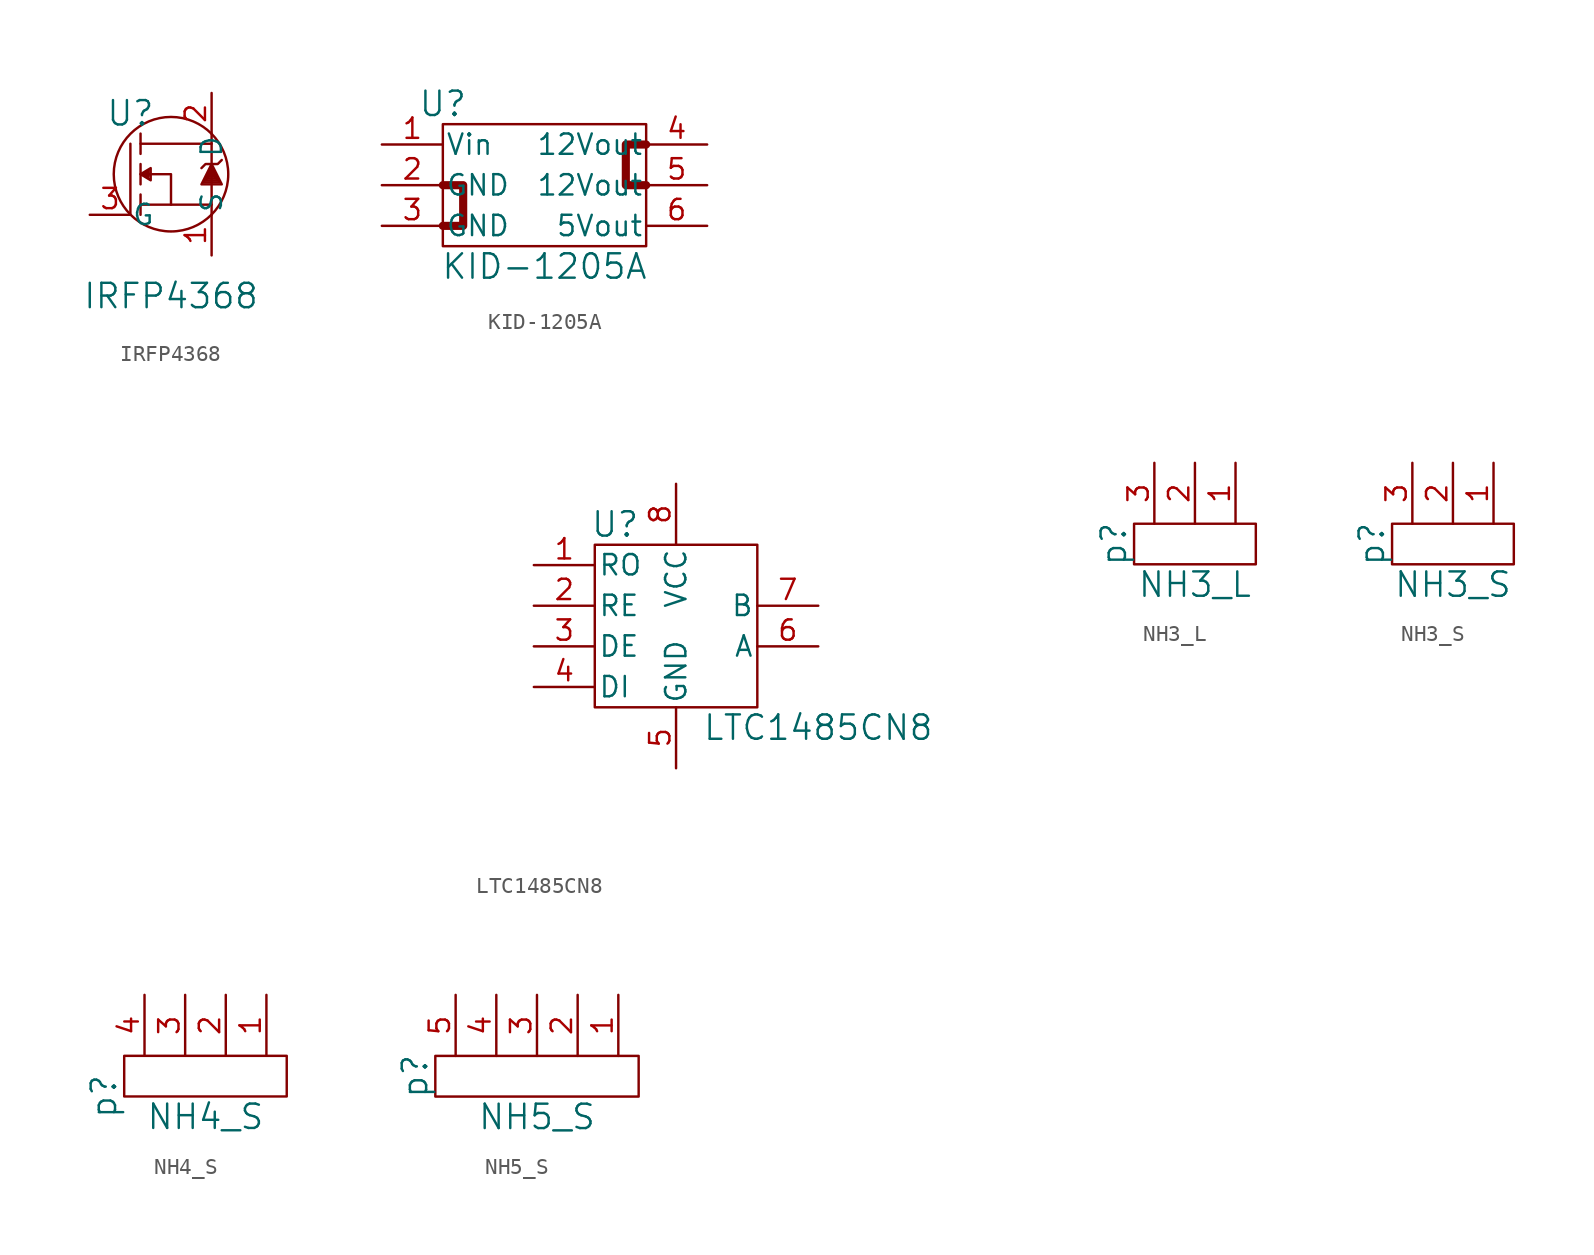
<source format=kicad_sym>
(kicad_symbol_lib
  (version 20211014)
  (generator kicad_symbol_editor)
  (symbol "IRFP4368"
    (pin_names
      (offset 0.076))
    (property "Reference" "U"
      (at -2.54 3.81 0)
      (effects (font (size 1.524 1.524))))
    (property "Value" "IRFP4368"
      (at 0 -7.62 0)
      (effects (font (size 1.524 1.524))))
    (property "Footprint" ""
      (at 0 0 0)
      (effects (font (size 1.524 1.524))))
    (property "Datasheet" ""
      (at 0 0 0)
      (effects (font (size 1.524 1.524))))
    (symbol "IRFP4368_0_1"
      (polyline (pts (xy -2.54 -2.54) (xy -2.54 1.905)) (stroke (width 0) (type default) (color 0 0 0 0)) (fill (type none)))
      (polyline (pts (xy -1.905 -1.905) (xy 2.54 -1.905)) (stroke (width 0) (type default) (color 0 0 0 0)) (fill (type none)))
      (polyline (pts (xy -1.905 -1.27) (xy -1.905 -2.54)) (stroke (width 0) (type default) (color 0 0 0 0)) (fill (type none)))
      (polyline (pts (xy -1.905 0.635) (xy -1.905 -0.635)) (stroke (width 0) (type default) (color 0 0 0 0)) (fill (type none)))
      (polyline (pts (xy -1.905 1.905) (xy 2.54 1.905)) (stroke (width 0) (type default) (color 0 0 0 0)) (fill (type none)))
      (polyline (pts (xy -1.905 2.54) (xy -1.905 1.27)) (stroke (width 0) (type default) (color 0 0 0 0)) (fill (type none)))
      (polyline (pts (xy 2.54 -2.54) (xy 2.54 2.54)) (stroke (width 0) (type default) (color 0 0 0 0)) (fill (type none)))
      (polyline (pts (xy -1.905 0) (xy 0 0) (xy 0 -1.905)) (stroke (width 0) (type default) (color 0 0 0 0)) (fill (type none)))
      (polyline (pts (xy 2.54 0.635) (xy 2.159 0.635) (xy 1.905 0.381)) (stroke (width 0) (type default) (color 0 0 0 0)) (fill (type none)))
      (polyline (pts (xy 2.54 0.635) (xy 2.921 0.635) (xy 3.175 0.889)) (stroke (width 0) (type default) (color 0 0 0 0)) (fill (type none)))
      (polyline (pts (xy -1.905 0) (xy -1.27 -0.381) (xy -1.27 0.381) (xy -1.905 0)) (stroke (width 0) (type default) (color 0 0 0 0)) (fill (type none)))
      (polyline (pts (xy 1.905 -0.635) (xy 2.54 0.635) (xy 3.175 -0.635) (xy 1.905 -0.635)) (stroke (width 0) (type default) (color 0 0 0 0)) (fill (type none)))
      (polyline (pts (xy 2.54 0) (xy 2.413 -0.127) (xy 2.667 -0.127) (xy 2.54 0)) (stroke (width 0) (type default) (color 0 0 0 0)) (fill (type none)))
      (polyline (pts (xy 2.54 0.254) (xy 2.286 -0.254) (xy 2.794 -0.254) (xy 2.54 0.254)) (stroke (width 0) (type default) (color 0 0 0 0)) (fill (type none)))
      (polyline (pts (xy 2.54 0.381) (xy 2.159 -0.381) (xy 2.921 -0.381) (xy 2.54 0.381)) (stroke (width 0) (type default) (color 0 0 0 0)) (fill (type none)))
      (polyline (pts (xy 2.54 0.508) (xy 2.032 -0.508) (xy 3.048 -0.508) (xy 2.54 0.508)) (stroke (width 0) (type default) (color 0 0 0 0)) (fill (type none)))
      (polyline (pts (xy -1.397 -0.254) (xy -1.778 0) (xy -1.397 0.254) (xy -1.397 -0.127) (xy -1.651 0) (xy -1.397 0.127)) (stroke (width 0) (type default) (color 0 0 0 0)) (fill (type none)))
      (circle (center 0 0) (radius 3.581) (stroke (width 0) (type default) (color 0 0 0 0)) (fill (type none))))
    (symbol "IRFP4368_1_1"
      (pin input line (at 2.54 -5.08 90) (length 2.54) (name "S" (effects (font (size 1.27 1.27)))) (number "1" (effects (font (size 1.27 1.27)))))
      (pin input line (at 2.54 5.08 270) (length 2.54) (name "D" (effects (font (size 1.27 1.27)))) (number "2" (effects (font (size 1.27 1.27)))))
      (pin input line (at -5.08 -2.54 0) (length 2.54) (name "G" (effects (font (size 1.27 1.27)))) (number "3" (effects (font (size 1.27 1.27)))))))
  (symbol "KID-1205A"
    (pin_names
      (offset 0.152))
    (property "Reference" "U"
      (at -6.35 5.08 0)
      (effects (font (size 1.524 1.524))))
    (property "Value" "KID-1205A"
      (at 0 -5.08 0)
      (effects (font (size 1.524 1.524))))
    (property "Footprint" ""
      (at -6.35 5.08 0)
      (effects (font (size 1.524 1.524))))
    (property "Datasheet" ""
      (at -6.35 5.08 0)
      (effects (font (size 1.524 1.524))))
    (symbol "KID-1205A_0_1"
      (rectangle (start -6.35 3.81) (end 6.35 -3.81) (stroke (width 0) (type default) (color 0 0 0 0)) (fill (type none)))
      (polyline (pts (xy -6.35 0) (xy -5.08 0) (xy -5.08 -2.54) (xy -6.35 -2.54)) (stroke (width 0.508) (type default) (color 0 0 0 0)) (fill (type none)))
      (polyline (pts (xy 6.35 2.54) (xy 5.08 2.54) (xy 5.08 0) (xy 6.35 0)) (stroke (width 0.508) (type default) (color 0 0 0 0)) (fill (type none))))
    (symbol "KID-1205A_1_1"
      (pin power_in line (at -10.16 2.54 0) (length 3.81) (name "Vin" (effects (font (size 1.27 1.27)))) (number "1" (effects (font (size 1.27 1.27)))))
      (pin power_in line (at -10.16 0 0) (length 3.81) (name "GND" (effects (font (size 1.27 1.27)))) (number "2" (effects (font (size 1.27 1.27)))))
      (pin power_in line (at -10.16 -2.54 0) (length 3.81) (name "GND" (effects (font (size 1.27 1.27)))) (number "3" (effects (font (size 1.27 1.27)))))
      (pin power_out line (at 10.16 2.54 180) (length 3.81) (name "12Vout" (effects (font (size 1.27 1.27)))) (number "4" (effects (font (size 1.27 1.27)))))
      (pin power_out line (at 10.16 0 180) (length 3.81) (name "12Vout" (effects (font (size 1.27 1.27)))) (number "5" (effects (font (size 1.27 1.27)))))
      (pin power_out line (at 10.16 -2.54 180) (length 3.81) (name "5Vout" (effects (font (size 1.27 1.27)))) (number "6" (effects (font (size 1.27 1.27)))))))
  (symbol "LTC1485CN8"
    (pin_names
      (offset 0.203))
    (property "Reference" "U"
      (at -3.81 6.35 0)
      (effects (font (size 1.524 1.524))))
    (property "Value" "LTC1485CN8"
      (at 8.89 -6.35 0)
      (effects (font (size 1.524 1.524))))
    (property "Footprint" ""
      (at -33.02 -12.7 0)
      (effects (font (size 1.524 1.524))))
    (property "Datasheet" ""
      (at -33.02 -12.7 0)
      (effects (font (size 1.524 1.524))))
    (symbol "LTC1485CN8_0_1"
      (rectangle (start -5.08 5.08) (end 5.08 -5.08) (stroke (width 0) (type default) (color 0 0 0 0)) (fill (type none))))
    (symbol "LTC1485CN8_1_1"
      (pin passive line (at -8.89 3.81 0) (length 3.81) (name "RO" (effects (font (size 1.27 1.27)))) (number "1" (effects (font (size 1.27 1.27)))))
      (pin passive line (at -8.89 1.27 0) (length 3.81) (name "RE" (effects (font (size 1.27 1.27)))) (number "2" (effects (font (size 1.27 1.27)))))
      (pin passive line (at -8.89 -1.27 0) (length 3.81) (name "DE" (effects (font (size 1.27 1.27)))) (number "3" (effects (font (size 1.27 1.27)))))
      (pin passive line (at -8.89 -3.81 0) (length 3.81) (name "DI" (effects (font (size 1.27 1.27)))) (number "4" (effects (font (size 1.27 1.27)))))
      (pin power_in line (at 0 -8.89 90) (length 3.81) (name "GND" (effects (font (size 1.27 1.27)))) (number "5" (effects (font (size 1.27 1.27)))))
      (pin passive line (at 8.89 -1.27 180) (length 3.81) (name "A" (effects (font (size 1.27 1.27)))) (number "6" (effects (font (size 1.27 1.27)))))
      (pin passive line (at 8.89 1.27 180) (length 3.81) (name "B" (effects (font (size 1.27 1.27)))) (number "7" (effects (font (size 1.27 1.27)))))
      (pin power_in line (at 0 8.89 270) (length 3.81) (name "VCC" (effects (font (size 1.27 1.27)))) (number "8" (effects (font (size 1.27 1.27)))))))
  (symbol "NH3_L"
    (pin_names
      (offset 0.076))
    (property "Reference" "p"
      (at -5.08 0 90)
      (effects (font (size 1.524 1.524))))
    (property "Value" "NH3_L"
      (at 0 -2.54 0)
      (effects (font (size 1.524 1.524))))
    (property "Footprint" ""
      (at 0 0 0)
      (effects (font (size 1.524 1.524))))
    (property "Datasheet" ""
      (at 0 0 0)
      (effects (font (size 1.524 1.524))))
    (symbol "NH3_L_0_1"
      (rectangle (start -3.81 1.27) (end 3.81 -1.27) (stroke (width 0) (type default) (color 0 0 0 0)) (fill (type none))))
    (symbol "NH3_L_1_1"
      (pin passive line (at 2.54 5.08 270) (length 3.81) (name "~" (effects (font (size 1.27 1.27)))) (number "1" (effects (font (size 1.27 1.27)))))
      (pin passive line (at 0 5.08 270) (length 3.81) (name "~" (effects (font (size 1.27 1.27)))) (number "2" (effects (font (size 1.27 1.27)))))
      (pin passive line (at -2.54 5.08 270) (length 3.81) (name "~" (effects (font (size 1.27 1.27)))) (number "3" (effects (font (size 1.27 1.27)))))))
  (symbol "NH3_S"
    (pin_names
      (offset 0.076))
    (property "Reference" "p"
      (at -5.08 0 90)
      (effects (font (size 1.524 1.524))))
    (property "Value" "NH3_S"
      (at 0 -2.54 0)
      (effects (font (size 1.524 1.524))))
    (property "Footprint" ""
      (at 0 0 0)
      (effects (font (size 1.524 1.524))))
    (property "Datasheet" ""
      (at 0 0 0)
      (effects (font (size 1.524 1.524))))
    (symbol "NH3_S_0_1"
      (rectangle (start -3.81 1.27) (end 3.81 -1.27) (stroke (width 0) (type default) (color 0 0 0 0)) (fill (type none))))
    (symbol "NH3_S_1_1"
      (pin passive line (at 2.54 5.08 270) (length 3.81) (name "~" (effects (font (size 1.27 1.27)))) (number "1" (effects (font (size 1.27 1.27)))))
      (pin passive line (at 0 5.08 270) (length 3.81) (name "~" (effects (font (size 1.27 1.27)))) (number "2" (effects (font (size 1.27 1.27)))))
      (pin passive line (at -2.54 5.08 270) (length 3.81) (name "~" (effects (font (size 1.27 1.27)))) (number "3" (effects (font (size 1.27 1.27)))))))
  (symbol "NH4_S"
    (pin_names
      (offset 0.076))
    (property "Reference" "p"
      (at -6.35 -1.27 90)
      (effects (font (size 1.524 1.524))))
    (property "Value" "NH4_S"
      (at 0 -2.54 0)
      (effects (font (size 1.524 1.524))))
    (property "Footprint" ""
      (at 1.27 0 0)
      (effects (font (size 1.524 1.524))))
    (property "Datasheet" ""
      (at 1.27 0 0)
      (effects (font (size 1.524 1.524))))
    (symbol "NH4_S_0_1"
      (rectangle (start -5.08 1.27) (end 5.08 -1.27) (stroke (width 0) (type default) (color 0 0 0 0)) (fill (type none))))
    (symbol "NH4_S_1_1"
      (pin passive line (at 3.81 5.08 270) (length 3.81) (name "~" (effects (font (size 1.27 1.27)))) (number "1" (effects (font (size 1.27 1.27)))))
      (pin passive line (at 1.27 5.08 270) (length 3.81) (name "~" (effects (font (size 1.27 1.27)))) (number "2" (effects (font (size 1.27 1.27)))))
      (pin passive line (at -1.27 5.08 270) (length 3.81) (name "~" (effects (font (size 1.27 1.27)))) (number "3" (effects (font (size 1.27 1.27)))))
      (pin passive line (at -3.81 5.08 270) (length 3.81) (name "~" (effects (font (size 1.27 1.27)))) (number "4" (effects (font (size 1.27 1.27)))))))
  (symbol "NH5_S"
    (pin_names
      (offset 0.076))
    (property "Reference" "p"
      (at -7.62 0 90)
      (effects (font (size 1.524 1.524))))
    (property "Value" "NH5_S"
      (at 0 -2.54 0)
      (effects (font (size 1.524 1.524))))
    (property "Footprint" ""
      (at 2.54 0 0)
      (effects (font (size 1.524 1.524))))
    (property "Datasheet" ""
      (at 2.54 0 0)
      (effects (font (size 1.524 1.524))))
    (symbol "NH5_S_0_1"
      (rectangle (start -6.35 1.27) (end 6.35 -1.27) (stroke (width 0) (type default) (color 0 0 0 0)) (fill (type none))))
    (symbol "NH5_S_1_1"
      (pin passive line (at 5.08 5.08 270) (length 3.81) (name "~" (effects (font (size 1.27 1.27)))) (number "1" (effects (font (size 1.27 1.27)))))
      (pin passive line (at 2.54 5.08 270) (length 3.81) (name "~" (effects (font (size 1.27 1.27)))) (number "2" (effects (font (size 1.27 1.27)))))
      (pin passive line (at 0 5.08 270) (length 3.81) (name "~" (effects (font (size 1.27 1.27)))) (number "3" (effects (font (size 1.27 1.27)))))
      (pin passive line (at -2.54 5.08 270) (length 3.81) (name "~" (effects (font (size 1.27 1.27)))) (number "4" (effects (font (size 1.27 1.27)))))
      (pin passive line (at -5.08 5.08 270) (length 3.81) (name "~" (effects (font (size 1.27 1.27)))) (number "5" (effects (font (size 1.27 1.27))))))))
</source>
